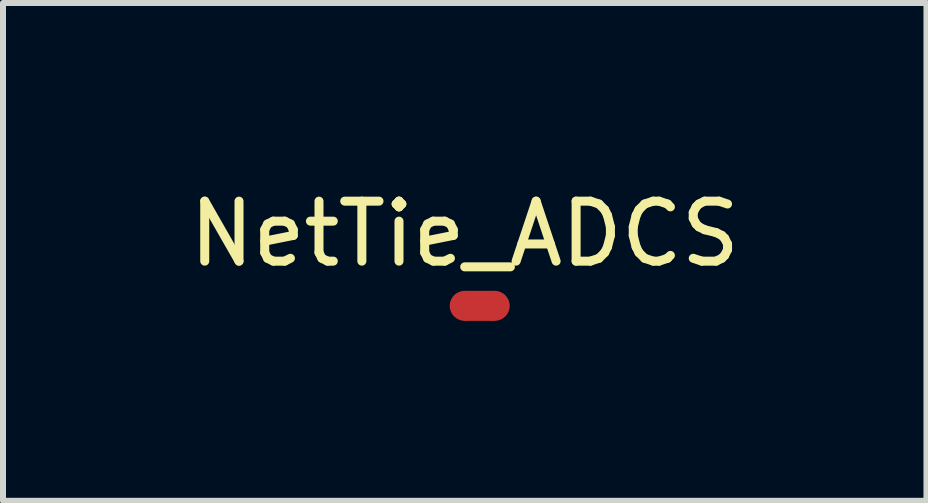
<source format=kicad_pcb>
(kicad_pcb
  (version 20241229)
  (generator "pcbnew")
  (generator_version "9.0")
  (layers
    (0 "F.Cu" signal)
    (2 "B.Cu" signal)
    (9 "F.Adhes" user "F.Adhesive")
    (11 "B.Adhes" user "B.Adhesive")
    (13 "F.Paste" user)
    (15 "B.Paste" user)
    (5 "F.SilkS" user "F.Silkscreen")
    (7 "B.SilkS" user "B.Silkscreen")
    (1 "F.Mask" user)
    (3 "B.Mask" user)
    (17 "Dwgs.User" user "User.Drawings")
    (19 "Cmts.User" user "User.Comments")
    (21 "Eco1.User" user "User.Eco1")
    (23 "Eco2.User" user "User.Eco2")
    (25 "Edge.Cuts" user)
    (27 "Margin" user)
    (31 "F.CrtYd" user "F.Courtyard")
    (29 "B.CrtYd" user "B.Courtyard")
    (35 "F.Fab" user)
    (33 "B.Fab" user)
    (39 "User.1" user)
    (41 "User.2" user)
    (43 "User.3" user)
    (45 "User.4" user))
  (footprint "NetTie_ADCS"
    (layer "F.Cu")
    (at 4.696 2.048)
    (property "Reference" "NetTie_ADCS" (at 0 -1.2 180) (layer "F.SilkS") (effects (font (size 1 1) (thickness 0.15))))
    (attr exclude_from_pos_files allow_missing_courtyard)
    (fp_poly (pts (xy 0 -0.25) (xy 0.5 -0.25) (xy 0.5 0.25) (xy 0 0.25)) (stroke (width 0) (type solid)) (fill yes) (layer "F.Cu"))
    (pad "1" smd circle (at 0 0) (size 0.5 0.5) (layers "F.Cu"))
    (pad "2" smd circle (at 0.5 0) (size 0.5 0.5) (layers "F.Cu")))
  (gr_rect
    (start -3 -3)
    (end 12.393 5.298)
    (stroke (width 0.1) (type default))
    (fill no)
    (layer "Edge.Cuts")))
</source>
